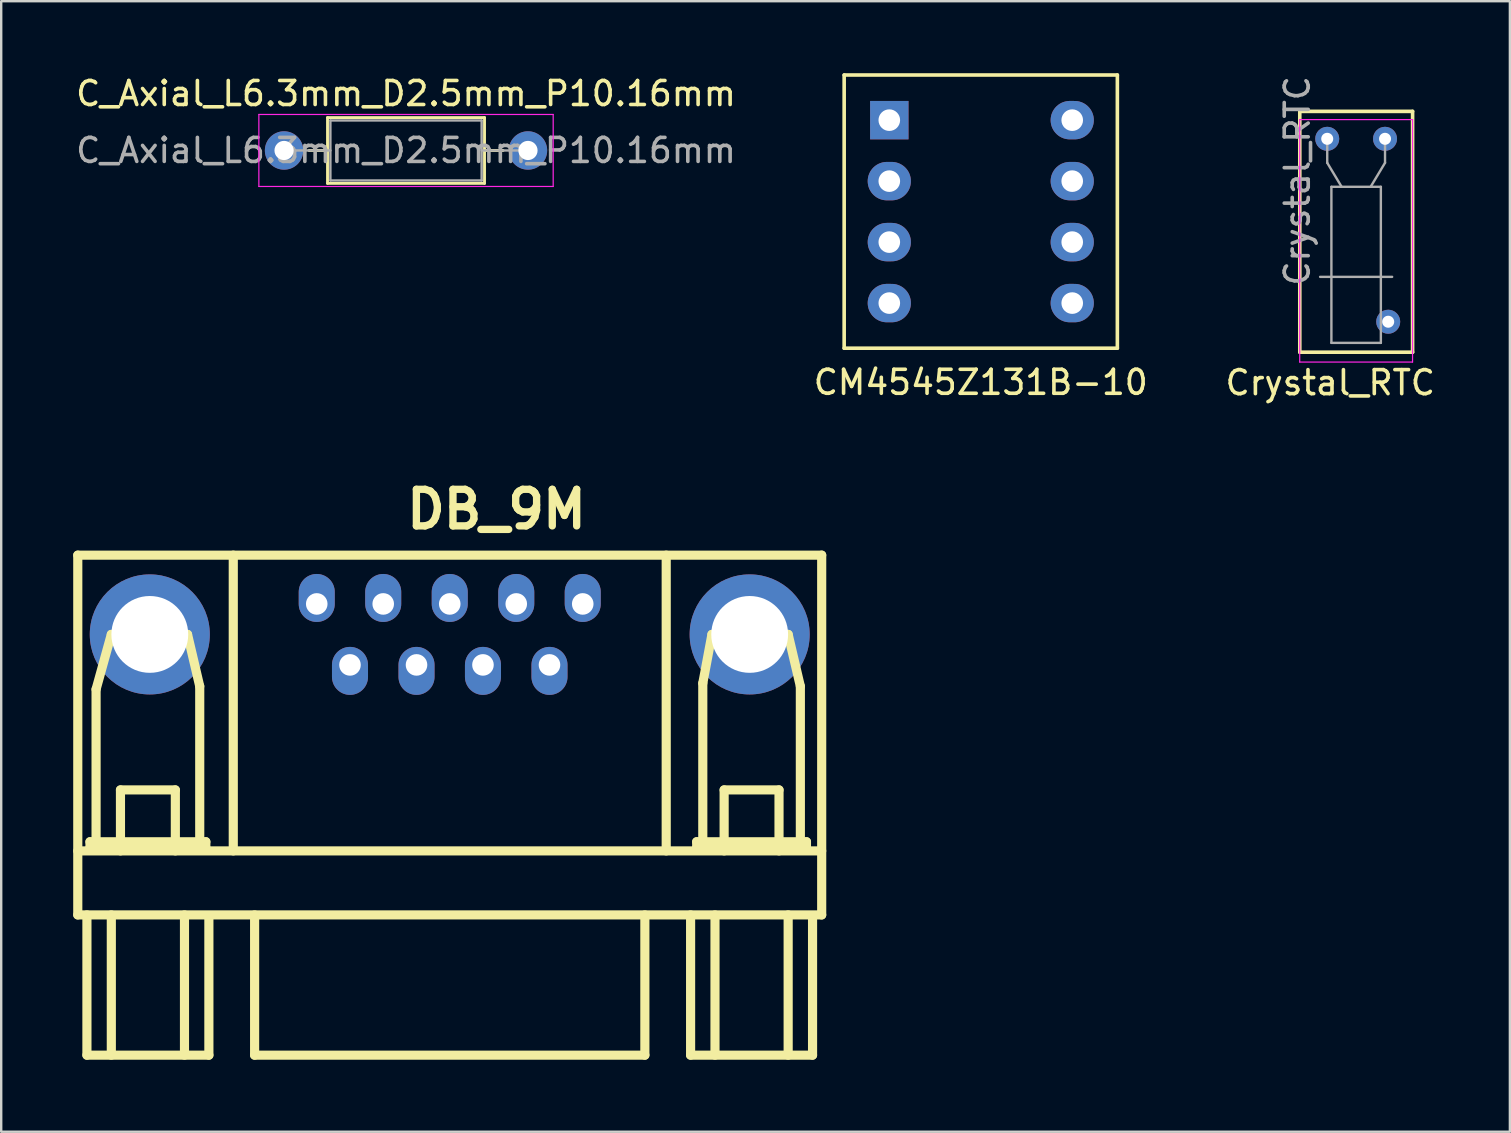
<source format=kicad_pcb>
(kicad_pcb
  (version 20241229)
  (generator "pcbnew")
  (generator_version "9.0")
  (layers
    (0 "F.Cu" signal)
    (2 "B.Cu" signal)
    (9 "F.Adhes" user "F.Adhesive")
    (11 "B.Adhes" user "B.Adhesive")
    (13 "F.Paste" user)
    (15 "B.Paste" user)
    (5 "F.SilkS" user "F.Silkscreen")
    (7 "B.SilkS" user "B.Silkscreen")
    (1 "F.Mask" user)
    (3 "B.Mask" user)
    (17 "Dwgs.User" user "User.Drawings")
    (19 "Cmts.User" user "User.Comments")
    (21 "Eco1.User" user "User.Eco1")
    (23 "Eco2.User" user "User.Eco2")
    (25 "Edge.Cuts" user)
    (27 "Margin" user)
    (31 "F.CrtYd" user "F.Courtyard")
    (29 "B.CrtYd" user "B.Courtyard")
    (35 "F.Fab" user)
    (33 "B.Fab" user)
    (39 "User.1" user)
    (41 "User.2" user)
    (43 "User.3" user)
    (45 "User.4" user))
  (footprint "CM4545Z131B-10"
    (layer "F.Cu")
    (at 37.804 5.765)
    (property "Reference" "CM4545Z131B-10" (at 0 7.112 0) (layer "F.SilkS") (effects (font (size 1 1) (thickness 0.15))))
    (attr through_hole)
    (fp_line (start -5.69 -5.69) (end -5.69 5.69) (stroke (width 0.15) (type solid)) (layer "F.SilkS"))
    (fp_line (start -5.69 5.69) (end 5.69 5.69) (stroke (width 0.15) (type solid)) (layer "F.SilkS"))
    (fp_line (start 5.69 -5.69) (end -5.69 -5.69) (stroke (width 0.15) (type solid)) (layer "F.SilkS"))
    (fp_line (start 5.69 5.69) (end 5.69 -5.69) (stroke (width 0.15) (type solid)) (layer "F.SilkS"))
    (pad "1" thru_hole rect (at -3.81 -3.81) (size 1.6 1.6) (drill 0.9) (layers "*.Cu" "*.Mask"))
    (pad "2" thru_hole oval (at -3.81 -1.27) (size 1.8 1.6) (drill 0.9) (layers "*.Cu" "*.Mask"))
    (pad "3" thru_hole oval (at -3.81 1.27) (size 1.8 1.6) (drill 0.9) (layers "*.Cu" "*.Mask"))
    (pad "4" thru_hole oval (at -3.81 3.81) (size 1.8 1.6) (drill 0.9) (layers "*.Cu" "*.Mask"))
    (pad "5" thru_hole oval (at 3.81 3.81) (size 1.8 1.6) (drill 0.9) (layers "*.Cu" "*.Mask"))
    (pad "6" thru_hole oval (at 3.81 1.27) (size 1.8 1.6) (drill 0.9) (layers "*.Cu" "*.Mask"))
    (pad "7" thru_hole oval (at 3.81 -1.27) (size 1.8 1.6) (drill 0.9) (layers "*.Cu" "*.Mask"))
    (pad "8" thru_hole oval (at 3.81 -3.81) (size 1.8 1.6) (drill 0.9) (layers "*.Cu" "*.Mask")))
  (footprint "DB_9M"
    (layer "F.Cu")
    (at 15.684 30.489)
    (property "Reference" "DB_9M" (at 1.949 -12.322 0) (layer "F.SilkS") (effects (font (size 1.524 1.524) (thickness 0.305))))
    (attr through_hole)
    (fp_line (start -15.494 -10.414) (end -15.494 4.572) (stroke (width 0.381) (type solid)) (layer "F.SilkS"))
    (fp_line (start -15.494 1.905) (end 15.494 1.905) (stroke (width 0.381) (type solid)) (layer "F.SilkS"))
    (fp_line (start -15.494 4.572) (end 15.494 4.572) (stroke (width 0.381) (type solid)) (layer "F.SilkS"))
    (fp_line (start -15.113 4.572) (end -15.113 10.414) (stroke (width 0.381) (type solid)) (layer "F.SilkS"))
    (fp_line (start -15.113 10.414) (end -10.033 10.414) (stroke (width 0.381) (type solid)) (layer "F.SilkS"))
    (fp_line (start -14.986 1.524) (end -14.986 1.778) (stroke (width 0.381) (type solid)) (layer "F.SilkS"))
    (fp_line (start -14.986 1.778) (end -10.16 1.778) (stroke (width 0.381) (type solid)) (layer "F.SilkS"))
    (fp_line (start -14.732 -4.826) (end -14.097 -7.112) (stroke (width 0.381) (type solid)) (layer "F.SilkS"))
    (fp_line (start -14.732 1.524) (end -14.732 -4.826) (stroke (width 0.381) (type solid)) (layer "F.SilkS"))
    (fp_line (start -14.097 -7.112) (end -10.922 -7.112) (stroke (width 0.381) (type solid)) (layer "F.SilkS"))
    (fp_line (start -14.097 4.572) (end -14.097 10.414) (stroke (width 0.381) (type solid)) (layer "F.SilkS"))
    (fp_line (start -13.716 -0.635) (end -11.43 -0.635) (stroke (width 0.381) (type solid)) (layer "F.SilkS"))
    (fp_line (start -13.716 1.905) (end -13.716 -0.635) (stroke (width 0.381) (type solid)) (layer "F.SilkS"))
    (fp_line (start -11.43 -0.635) (end -11.43 1.905) (stroke (width 0.381) (type solid)) (layer "F.SilkS"))
    (fp_line (start -11.049 4.572) (end -11.049 10.414) (stroke (width 0.381) (type solid)) (layer "F.SilkS"))
    (fp_line (start -10.922 -7.112) (end -10.414 -4.953) (stroke (width 0.381) (type solid)) (layer "F.SilkS"))
    (fp_line (start -10.414 -4.953) (end -10.414 1.524) (stroke (width 0.381) (type solid)) (layer "F.SilkS"))
    (fp_line (start -10.16 1.524) (end -14.986 1.524) (stroke (width 0.381) (type solid)) (layer "F.SilkS"))
    (fp_line (start -10.16 1.778) (end -10.16 1.524) (stroke (width 0.381) (type solid)) (layer "F.SilkS"))
    (fp_line (start -10.033 10.414) (end -10.033 4.699) (stroke (width 0.381) (type solid)) (layer "F.SilkS"))
    (fp_line (start -9.017 1.905) (end -9.017 -10.414) (stroke (width 0.381) (type solid)) (layer "F.SilkS"))
    (fp_line (start -8.128 4.572) (end -8.128 10.414) (stroke (width 0.381) (type solid)) (layer "F.SilkS"))
    (fp_line (start -8.128 10.414) (end 8.128 10.414) (stroke (width 0.381) (type solid)) (layer "F.SilkS"))
    (fp_line (start 8.128 10.414) (end 8.128 4.572) (stroke (width 0.381) (type solid)) (layer "F.SilkS"))
    (fp_line (start 9.017 1.905) (end 9.017 -10.414) (stroke (width 0.381) (type solid)) (layer "F.SilkS"))
    (fp_line (start 10.033 4.572) (end 10.033 10.414) (stroke (width 0.381) (type solid)) (layer "F.SilkS"))
    (fp_line (start 10.033 10.414) (end 15.113 10.414) (stroke (width 0.381) (type solid)) (layer "F.SilkS"))
    (fp_line (start 10.287 1.524) (end 10.287 1.778) (stroke (width 0.381) (type solid)) (layer "F.SilkS"))
    (fp_line (start 10.287 1.778) (end 14.859 1.778) (stroke (width 0.381) (type solid)) (layer "F.SilkS"))
    (fp_line (start 10.541 -5.08) (end 10.922 -7.112) (stroke (width 0.381) (type solid)) (layer "F.SilkS"))
    (fp_line (start 10.541 1.524) (end 10.541 -5.08) (stroke (width 0.381) (type solid)) (layer "F.SilkS"))
    (fp_line (start 10.922 -7.112) (end 14.097 -7.112) (stroke (width 0.381) (type solid)) (layer "F.SilkS"))
    (fp_line (start 11.049 4.572) (end 11.049 10.414) (stroke (width 0.381) (type solid)) (layer "F.SilkS"))
    (fp_line (start 11.43 -0.635) (end 13.716 -0.635) (stroke (width 0.381) (type solid)) (layer "F.SilkS"))
    (fp_line (start 11.43 1.905) (end 11.43 -0.635) (stroke (width 0.381) (type solid)) (layer "F.SilkS"))
    (fp_line (start 13.716 -0.635) (end 13.716 1.905) (stroke (width 0.381) (type solid)) (layer "F.SilkS"))
    (fp_line (start 14.097 -7.112) (end 14.605 -4.953) (stroke (width 0.381) (type solid)) (layer "F.SilkS"))
    (fp_line (start 14.097 4.572) (end 14.097 10.414) (stroke (width 0.381) (type solid)) (layer "F.SilkS"))
    (fp_line (start 14.605 -4.953) (end 14.605 1.524) (stroke (width 0.381) (type solid)) (layer "F.SilkS"))
    (fp_line (start 14.859 1.524) (end 10.287 1.524) (stroke (width 0.381) (type solid)) (layer "F.SilkS"))
    (fp_line (start 14.859 1.778) (end 14.859 1.524) (stroke (width 0.381) (type solid)) (layer "F.SilkS"))
    (fp_line (start 15.113 10.414) (end 15.113 4.699) (stroke (width 0.381) (type solid)) (layer "F.SilkS"))
    (fp_line (start 15.494 -10.414) (end -15.494 -10.414) (stroke (width 0.381) (type solid)) (layer "F.SilkS"))
    (fp_line (start 15.494 4.572) (end 15.494 -10.414) (stroke (width 0.381) (type solid)) (layer "F.SilkS"))
    (pad "0" thru_hole circle (at -12.494 -7.112) (size 5.001 5.001) (drill 3.2) (layers "*.Cu" "*.Mask"))
    (pad "0" thru_hole circle (at 12.494 -7.112) (size 5.001 5.001) (drill 3.2) (layers "*.Cu" "*.Mask"))
    (pad "1" thru_hole oval (at -5.54 -8.382) (size 1.501 1.999) (drill 0.899 (offset 0 -0.249)) (layers "*.Cu" "*.Mask"))
    (pad "2" thru_hole oval (at -2.771 -8.382) (size 1.501 1.999) (drill 0.899 (offset 0 -0.249)) (layers "*.Cu" "*.Mask"))
    (pad "3" thru_hole oval (at 0 -8.382) (size 1.501 1.999) (drill 0.899 (offset 0 -0.249)) (layers "*.Cu" "*.Mask"))
    (pad "4" thru_hole oval (at 2.771 -8.382) (size 1.501 1.999) (drill 0.899 (offset 0 -0.249)) (layers "*.Cu" "*.Mask"))
    (pad "5" thru_hole oval (at 5.54 -8.382) (size 1.501 1.999) (drill 0.899 (offset 0 -0.249)) (layers "*.Cu" "*.Mask"))
    (pad "6" thru_hole oval (at -4.155 -5.842) (size 1.501 1.999) (drill 0.899 (offset 0 0.249)) (layers "*.Cu" "*.Mask"))
    (pad "7" thru_hole oval (at -1.384 -5.842) (size 1.501 1.999) (drill 0.899 (offset 0 0.249)) (layers "*.Cu" "*.Mask"))
    (pad "8" thru_hole oval (at 1.384 -5.842) (size 1.501 1.999) (drill 0.899 (offset 0 0.249)) (layers "*.Cu" "*.Mask"))
    (pad "9" thru_hole oval (at 4.155 -5.842) (size 1.501 1.999) (drill 0.899 (offset 0 0.249)) (layers "*.Cu" "*.Mask")))
  (footprint "C_Axial_L6.3mm_D2.5mm_P10.16mm"
    (layer "F.Cu")
    (at 8.783 3.218)
    (property "Reference" "C_Axial_L6.3mm_D2.5mm_P10.16mm" (at 5.08 -2.37 0) (layer "F.SilkS") (effects (font (size 1 1) (thickness 0.15))))
    (attr through_hole)
    (fp_line (start 1.04 0) (end 1.81 0) (stroke (width 0.12) (type solid)) (layer "F.SilkS"))
    (fp_line (start 1.81 -1.37) (end 1.81 1.37) (stroke (width 0.12) (type solid)) (layer "F.SilkS"))
    (fp_line (start 1.81 1.37) (end 8.35 1.37) (stroke (width 0.12) (type solid)) (layer "F.SilkS"))
    (fp_line (start 8.35 -1.37) (end 1.81 -1.37) (stroke (width 0.12) (type solid)) (layer "F.SilkS"))
    (fp_line (start 8.35 1.37) (end 8.35 -1.37) (stroke (width 0.12) (type solid)) (layer "F.SilkS"))
    (fp_line (start 9.12 0) (end 8.35 0) (stroke (width 0.12) (type solid)) (layer "F.SilkS"))
    (fp_line (start -1.05 -1.5) (end -1.05 1.5) (stroke (width 0.05) (type solid)) (layer "F.CrtYd"))
    (fp_line (start -1.05 1.5) (end 11.21 1.5) (stroke (width 0.05) (type solid)) (layer "F.CrtYd"))
    (fp_line (start 11.21 -1.5) (end -1.05 -1.5) (stroke (width 0.05) (type solid)) (layer "F.CrtYd"))
    (fp_line (start 11.21 1.5) (end 11.21 -1.5) (stroke (width 0.05) (type solid)) (layer "F.CrtYd"))
    (fp_line (start 0 0) (end 1.93 0) (stroke (width 0.1) (type solid)) (layer "F.Fab"))
    (fp_line (start 1.93 -1.25) (end 1.93 1.25) (stroke (width 0.1) (type solid)) (layer "F.Fab"))
    (fp_line (start 1.93 1.25) (end 8.23 1.25) (stroke (width 0.1) (type solid)) (layer "F.Fab"))
    (fp_line (start 8.23 -1.25) (end 1.93 -1.25) (stroke (width 0.1) (type solid)) (layer "F.Fab"))
    (fp_line (start 8.23 1.25) (end 8.23 -1.25) (stroke (width 0.1) (type solid)) (layer "F.Fab"))
    (fp_line (start 10.16 0) (end 8.23 0) (stroke (width 0.1) (type solid)) (layer "F.Fab"))
    (fp_text user "${REFERENCE}" (at 5.08 0 0) (layer "F.Fab") (effects (font (size 1 1) (thickness 0.15))))
    (pad "1" thru_hole circle (at 0 0) (size 1.6 1.6) (drill 0.8) (layers "*.Cu" "*.Mask"))
    (pad "2" thru_hole oval (at 10.16 0) (size 1.6 1.6) (drill 0.8) (layers "*.Cu" "*.Mask")))
  (footprint "Crystal_RTC"
    (layer "F.Cu")
    (at 52.49 2.732)
    (property "Reference" "Crystal_RTC" (at -0.127 10.16 180) (layer "F.SilkS") (effects (font (size 1 1) (thickness 0.15))))
    (attr through_hole)
    (fp_line (start -1.397 -1.143) (end 3.302 -1.143) (stroke (width 0.15) (type solid)) (layer "F.SilkS"))
    (fp_line (start -1.397 8.89) (end -1.397 -1.143) (stroke (width 0.15) (type solid)) (layer "F.SilkS"))
    (fp_line (start 3.302 -1.143) (end 3.302 8.89) (stroke (width 0.15) (type solid)) (layer "F.SilkS"))
    (fp_line (start 3.302 8.89) (end -1.397 8.89) (stroke (width 0.15) (type solid)) (layer "F.SilkS"))
    (fp_line (start -1.4 -0.8) (end -1.4 9.3) (stroke (width 0.05) (type solid)) (layer "F.CrtYd"))
    (fp_line (start -1.4 9.3) (end 3.3 9.3) (stroke (width 0.05) (type solid)) (layer "F.CrtYd"))
    (fp_line (start 3.3 -0.8) (end -1.4 -0.8) (stroke (width 0.05) (type solid)) (layer "F.CrtYd"))
    (fp_line (start 3.3 9.3) (end 3.3 -0.8) (stroke (width 0.05) (type solid)) (layer "F.CrtYd"))
    (fp_line (start -0.55 5.75) (end 2.45 5.75) (stroke (width 0.1) (type solid)) (layer "F.Fab"))
    (fp_line (start -0.254 1) (end -0.254 0) (stroke (width 0.1) (type solid)) (layer "F.Fab"))
    (fp_line (start -0.08 2) (end -0.08 8.5) (stroke (width 0.1) (type solid)) (layer "F.Fab"))
    (fp_line (start -0.08 8.5) (end 1.98 8.5) (stroke (width 0.1) (type solid)) (layer "F.Fab"))
    (fp_line (start 0.346 2) (end -0.254 1) (stroke (width 0.1) (type solid)) (layer "F.Fab"))
    (fp_line (start 1.554 2) (end 2.154 1) (stroke (width 0.1) (type solid)) (layer "F.Fab"))
    (fp_line (start 1.98 2) (end -0.08 2) (stroke (width 0.1) (type solid)) (layer "F.Fab"))
    (fp_line (start 1.98 8.5) (end 1.98 2) (stroke (width 0.1) (type solid)) (layer "F.Fab"))
    (fp_line (start 2.154 1) (end 2.154 0) (stroke (width 0.1) (type solid)) (layer "F.Fab"))
    (fp_text user "${REFERENCE}" (at -1.5 1.75 90) (layer "F.Fab") (effects (font (size 1 1) (thickness 0.15))))
    (pad "1" thru_hole circle (at -0.254 0) (size 1 1) (drill 0.5) (layers "*.Cu" "*.Mask"))
    (pad "2" thru_hole circle (at 2.286 7.62) (size 1 1) (drill 0.5) (layers "*.Cu" "*.Mask"))
    (pad "3" thru_hole circle (at 2.154 0) (size 1 1) (drill 0.5) (layers "*.Cu" "*.Mask")))
  (gr_rect
    (start -3 -3)
    (end 59.845 44.093)
    (stroke (width 0.1) (type default))
    (fill no)
    (layer "Edge.Cuts")))
</source>
